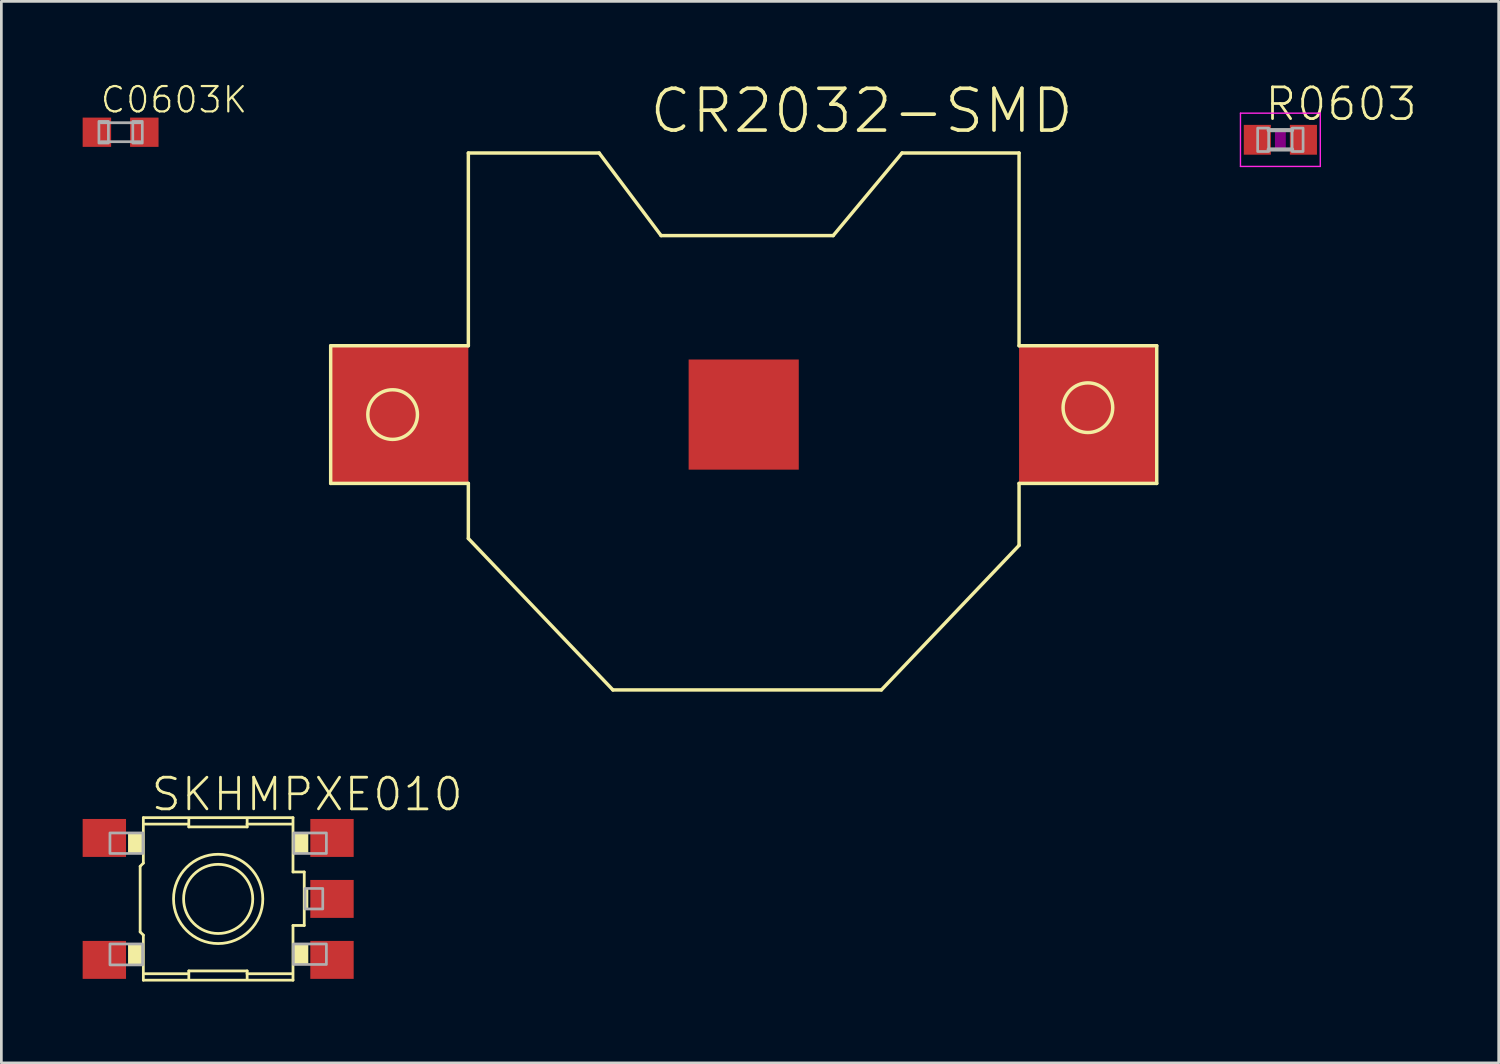
<source format=kicad_pcb>
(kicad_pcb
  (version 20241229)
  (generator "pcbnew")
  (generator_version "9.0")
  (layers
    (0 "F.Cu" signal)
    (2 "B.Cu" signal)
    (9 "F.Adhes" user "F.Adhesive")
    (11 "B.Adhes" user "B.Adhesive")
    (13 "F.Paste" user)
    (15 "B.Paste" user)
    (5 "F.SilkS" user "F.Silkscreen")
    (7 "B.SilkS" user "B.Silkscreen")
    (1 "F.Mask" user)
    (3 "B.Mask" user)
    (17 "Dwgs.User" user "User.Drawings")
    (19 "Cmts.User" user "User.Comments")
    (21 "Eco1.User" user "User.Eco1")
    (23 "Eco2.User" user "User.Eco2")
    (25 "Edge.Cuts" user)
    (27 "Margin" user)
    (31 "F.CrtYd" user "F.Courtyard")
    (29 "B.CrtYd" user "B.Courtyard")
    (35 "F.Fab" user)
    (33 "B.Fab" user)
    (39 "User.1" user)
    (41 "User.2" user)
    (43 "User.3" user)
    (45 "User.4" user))
  (footprint "R0603"
    (layer "F.Cu")
    (at 44.193 2.108)
    (property "Reference" "R0603" (at -0.635 -0.635 0) (layer "F.SilkS") (effects (font (size 1.168 1.168) (thickness 0.102)) (justify left bottom)))
    (fp_poly (pts (xy -0.2 0.4) (xy 0.2 0.4) (xy 0.2 -0.4) (xy -0.2 -0.4)) (stroke (width 0) (type solid)) (fill yes) (layer "F.Adhes"))
    (fp_line (start -1.473 -0.983) (end 1.473 -0.983) (stroke (width 0.051) (type solid)) (layer "F.CrtYd"))
    (fp_line (start -1.473 0.983) (end -1.473 -0.983) (stroke (width 0.051) (type solid)) (layer "F.CrtYd"))
    (fp_line (start 1.473 -0.983) (end 1.473 0.983) (stroke (width 0.051) (type solid)) (layer "F.CrtYd"))
    (fp_line (start 1.473 0.983) (end -1.473 0.983) (stroke (width 0.051) (type solid)) (layer "F.CrtYd"))
    (fp_line (start -0.432 0.356) (end 0.432 0.356) (stroke (width 0.152) (type solid)) (layer "F.Fab"))
    (fp_line (start 0.432 -0.356) (end -0.432 -0.356) (stroke (width 0.152) (type solid)) (layer "F.Fab"))
    (fp_poly (pts (xy -0.838 0.432) (xy -0.432 0.432) (xy -0.432 -0.432) (xy -0.838 -0.432)) (stroke (width 0.1) (type solid)) (fill no) (layer "F.Fab"))
    (fp_poly (pts (xy 0.432 0.432) (xy 0.838 0.432) (xy 0.838 -0.432) (xy 0.432 -0.432)) (stroke (width 0.1) (type solid)) (fill no) (layer "F.Fab"))
    (pad "1" smd rect (at -0.85 0) (size 1 1.1) (layers "F.Cu" "F.Mask" "F.Paste"))
    (pad "2" smd rect (at 0.85 0) (size 1 1.1) (layers "F.Cu" "F.Mask" "F.Paste")))
  (footprint "C0603K"
    (layer "F.Cu")
    (at 1.4 1.829)
    (property "Reference" "C0603K" (at -0.8 -0.65 0) (layer "F.SilkS") (effects (font (size 0.935 0.935) (thickness 0.081)) (justify left bottom)))
    (fp_line (start -0.725 -0.35) (end 0.725 -0.35) (stroke (width 0.102) (type solid)) (layer "F.Fab"))
    (fp_line (start 0.725 0.35) (end -0.725 0.35) (stroke (width 0.102) (type solid)) (layer "F.Fab"))
    (fp_poly (pts (xy -0.8 0.4) (xy -0.45 0.4) (xy -0.45 -0.4) (xy -0.8 -0.4)) (stroke (width 0.1) (type solid)) (fill no) (layer "F.Fab"))
    (fp_poly (pts (xy 0.45 0.4) (xy 0.8 0.4) (xy 0.8 -0.4) (xy 0.45 -0.4)) (stroke (width 0.1) (type solid)) (fill no) (layer "F.Fab"))
    (pad "1" smd rect (at -0.875 0) (size 1.05 1.08) (layers "F.Cu" "F.Mask" "F.Paste"))
    (pad "2" smd rect (at 0.875 0) (size 1.05 1.08) (layers "F.Cu" "F.Mask" "F.Paste")))
  (footprint "CR2032-SMD"
    (layer "F.Cu")
    (at 24.391 12.247)
    (property "Reference" "CR2032-SMD" (at -3.556 -10.302 0) (layer "F.SilkS") (effects (font (size 1.542 1.542) (thickness 0.134)) (justify left bottom)))
    (fp_poly (pts (xy 0.593 -9.044) (xy 1.183 -8.986) (xy 1.768 -8.889) (xy 2.346 -8.755) (xy 2.913 -8.583) (xy 3.468 -8.374) (xy 4.009 -8.129) (xy 4.532 -7.849) (xy 5.035 -7.536) (xy 5.518 -7.191) (xy 5.976 -6.814) (xy 6.409 -6.409) (xy 6.814 -5.976) (xy 7.191 -5.518) (xy 7.536 -5.035) (xy 7.849 -4.532) (xy 8.129 -4.009) (xy 8.374 -3.468) (xy 8.583 -2.913) (xy 8.755 -2.346) (xy 8.889 -1.768) (xy 8.986 -1.183) (xy 9.044 -0.593) (xy 9.064 0) (xy 9.044 0.593) (xy 8.986 1.183) (xy 8.889 1.768) (xy 8.755 2.346) (xy 8.583 2.913) (xy 8.374 3.468) (xy 8.129 4.009) (xy 7.849 4.532) (xy 7.536 5.035) (xy 7.191 5.518) (xy 6.814 5.976) (xy 6.409 6.409) (xy 5.976 6.814) (xy 5.518 7.191) (xy 5.035 7.536) (xy 4.532 7.849) (xy 4.009 8.129) (xy 3.468 8.374) (xy 2.913 8.583) (xy 2.346 8.755) (xy 1.768 8.889) (xy 1.183 8.986) (xy 0.593 9.044) (xy 0 9.064) (xy -0.593 9.044) (xy -1.183 8.986) (xy -1.768 8.889) (xy -2.346 8.755) (xy -2.913 8.583) (xy -3.468 8.374) (xy -4.009 8.129) (xy -4.532 7.849) (xy -5.035 7.536) (xy -5.518 7.191) (xy -5.976 6.814) (xy -6.409 6.409) (xy -6.814 5.976) (xy -7.191 5.518) (xy -7.536 5.035) (xy -7.849 4.532) (xy -8.129 4.009) (xy -8.374 3.468) (xy -8.583 2.913) (xy -8.755 2.346) (xy -8.889 1.768) (xy -8.986 1.183) (xy -9.044 0.593) (xy -9.064 0) (xy -9.044 -0.593) (xy -8.986 -1.183) (xy -8.889 -1.768) (xy -8.755 -2.346) (xy -8.583 -2.913) (xy -8.374 -3.468) (xy -8.129 -4.009) (xy -7.849 -4.532) (xy -7.536 -5.035) (xy -7.191 -5.518) (xy -6.814 -5.976) (xy -6.409 -6.409) (xy -5.976 -6.814) (xy -5.518 -7.191) (xy -5.035 -7.536) (xy -4.532 -7.849) (xy -4.009 -8.129) (xy -3.468 -8.374) (xy -2.913 -8.583) (xy -2.346 -8.755) (xy -1.768 -8.889) (xy -1.183 -8.986) (xy -0.593 -9.044) (xy 0 -9.064)) (stroke (width 0) (type solid)) (fill yes) (layer "F.Mask"))
    (fp_line (start -15.24 -2.54) (end -15.24 2.54) (stroke (width 0.127) (type solid)) (layer "F.SilkS"))
    (fp_line (start -15.24 2.54) (end -10.16 2.54) (stroke (width 0.127) (type solid)) (layer "F.SilkS"))
    (fp_line (start -10.16 -9.652) (end -10.16 -2.54) (stroke (width 0.127) (type solid)) (layer "F.SilkS"))
    (fp_line (start -10.16 -2.54) (end -15.24 -2.54) (stroke (width 0.127) (type solid)) (layer "F.SilkS"))
    (fp_line (start -10.16 2.54) (end -10.16 4.572) (stroke (width 0.127) (type solid)) (layer "F.SilkS"))
    (fp_line (start -10.16 4.572) (end -4.826 10.16) (stroke (width 0.127) (type solid)) (layer "F.SilkS"))
    (fp_line (start -5.334 -9.652) (end -10.16 -9.652) (stroke (width 0.127) (type solid)) (layer "F.SilkS"))
    (fp_line (start -4.826 10.16) (end 5.08 10.16) (stroke (width 0.127) (type solid)) (layer "F.SilkS"))
    (fp_line (start -3.048 -6.604) (end -5.334 -9.652) (stroke (width 0.127) (type solid)) (layer "F.SilkS"))
    (fp_line (start 3.302 -6.604) (end -3.048 -6.604) (stroke (width 0.127) (type solid)) (layer "F.SilkS"))
    (fp_line (start 5.08 10.16) (end 10.16 4.826) (stroke (width 0.127) (type solid)) (layer "F.SilkS"))
    (fp_line (start 5.842 -9.652) (end 3.302 -6.604) (stroke (width 0.127) (type solid)) (layer "F.SilkS"))
    (fp_line (start 10.16 -9.652) (end 5.842 -9.652) (stroke (width 0.127) (type solid)) (layer "F.SilkS"))
    (fp_line (start 10.16 -2.54) (end 10.16 -9.652) (stroke (width 0.127) (type solid)) (layer "F.SilkS"))
    (fp_line (start 10.16 2.54) (end 15.24 2.54) (stroke (width 0.127) (type solid)) (layer "F.SilkS"))
    (fp_line (start 10.16 4.826) (end 10.16 2.54) (stroke (width 0.127) (type solid)) (layer "F.SilkS"))
    (fp_line (start 15.24 -2.54) (end 10.16 -2.54) (stroke (width 0.127) (type solid)) (layer "F.SilkS"))
    (fp_line (start 15.24 2.54) (end 15.24 -2.54) (stroke (width 0.127) (type solid)) (layer "F.SilkS"))
    (fp_circle (center -12.954 0) (end -12.038 0) (stroke (width 0.127) (type solid)) (fill no) (layer "F.SilkS"))
    (fp_circle (center 12.7 -0.254) (end 13.616 -0.254) (stroke (width 0.127) (type solid)) (fill no) (layer "F.SilkS"))
    (pad "+$1" smd rect (at -12.7 0) (size 5.08 5.08) (layers "F.Cu" "F.Mask" "F.Paste"))
    (pad "+$2" smd rect (at 12.7 0) (size 5.08 5.08) (layers "F.Cu" "F.Mask" "F.Paste"))
    (pad "-" smd rect (at 0 0) (size 4.064 4.064) (layers "F.Cu" "F.Mask" "F.Paste")))
  (footprint "SKHMPXE010"
    (layer "F.Cu")
    (at 5 30.118)
    (property "Reference" "SKHMPXE010" (at -2.54 -3.175 0) (layer "F.SilkS") (effects (font (size 1.168 1.168) (thickness 0.102)) (justify left bottom)))
    (fp_line (start -2.879 -1.202) (end -2.761 -1.321) (stroke (width 0.102) (type solid)) (layer "F.SilkS"))
    (fp_line (start -2.879 1.217) (end -2.879 -1.202) (stroke (width 0.102) (type solid)) (layer "F.SilkS"))
    (fp_line (start -2.761 -2.998) (end 2.761 -2.998) (stroke (width 0.102) (type solid)) (layer "F.SilkS"))
    (fp_line (start -2.761 -1.321) (end -2.761 -2.998) (stroke (width 0.102) (type solid)) (layer "F.SilkS"))
    (fp_line (start -2.761 1.336) (end -2.879 1.217) (stroke (width 0.102) (type solid)) (layer "F.SilkS"))
    (fp_line (start -2.761 2.998) (end -2.761 1.336) (stroke (width 0.102) (type solid)) (layer "F.SilkS"))
    (fp_line (start -1.128 -2.761) (end -2.701 -2.761) (stroke (width 0.102) (type solid)) (layer "F.SilkS"))
    (fp_line (start -1.128 2.761) (end -2.701 2.761) (stroke (width 0.102) (type solid)) (layer "F.SilkS"))
    (fp_line (start -1.083 -2.657) (end -1.083 -2.939) (stroke (width 0.102) (type solid)) (layer "F.SilkS"))
    (fp_line (start -1.083 2.657) (end -1.083 2.939) (stroke (width 0.102) (type solid)) (layer "F.SilkS"))
    (fp_line (start 1.069 -2.761) (end 1.069 -2.954) (stroke (width 0.102) (type solid)) (layer "F.SilkS"))
    (fp_line (start 1.069 -2.761) (end 1.069 -2.657) (stroke (width 0.102) (type solid)) (layer "F.SilkS"))
    (fp_line (start 1.069 -2.657) (end -1.083 -2.657) (stroke (width 0.102) (type solid)) (layer "F.SilkS"))
    (fp_line (start 1.069 2.657) (end -1.083 2.657) (stroke (width 0.102) (type solid)) (layer "F.SilkS"))
    (fp_line (start 1.069 2.761) (end 1.069 2.657) (stroke (width 0.102) (type solid)) (layer "F.SilkS"))
    (fp_line (start 1.069 2.761) (end 1.069 2.954) (stroke (width 0.102) (type solid)) (layer "F.SilkS"))
    (fp_line (start 2.716 -2.761) (end 1.069 -2.761) (stroke (width 0.102) (type solid)) (layer "F.SilkS"))
    (fp_line (start 2.716 2.761) (end 1.069 2.761) (stroke (width 0.102) (type solid)) (layer "F.SilkS"))
    (fp_line (start 2.761 -2.998) (end 2.761 -0.994) (stroke (width 0.102) (type solid)) (layer "F.SilkS"))
    (fp_line (start 2.761 -0.994) (end 3.176 -0.994) (stroke (width 0.102) (type solid)) (layer "F.SilkS"))
    (fp_line (start 2.761 0.98) (end 2.761 2.998) (stroke (width 0.102) (type solid)) (layer "F.SilkS"))
    (fp_line (start 2.761 2.998) (end -2.761 2.998) (stroke (width 0.102) (type solid)) (layer "F.SilkS"))
    (fp_line (start 3.176 -0.994) (end 3.176 0.98) (stroke (width 0.102) (type solid)) (layer "F.SilkS"))
    (fp_line (start 3.176 0.98) (end 2.761 0.98) (stroke (width 0.102) (type solid)) (layer "F.SilkS"))
    (fp_circle (center 0 0) (end 1.276 0) (stroke (width 0.102) (type solid)) (fill no) (layer "F.SilkS"))
    (fp_circle (center 0 0) (end 1.647 0) (stroke (width 0.102) (type solid)) (fill no) (layer "F.SilkS"))
    (fp_poly (pts (xy -3.325 -1.677) (xy -2.776 -1.677) (xy -2.776 -2.434) (xy -3.325 -2.434)) (stroke (width 0) (type solid)) (fill yes) (layer "F.SilkS"))
    (fp_poly (pts (xy -3.325 2.434) (xy -2.79 2.434) (xy -2.79 1.662) (xy -3.325 1.662)) (stroke (width 0) (type solid)) (fill yes) (layer "F.SilkS"))
    (fp_poly (pts (xy 2.776 2.419) (xy 3.325 2.419) (xy 3.325 1.662) (xy 2.776 1.662)) (stroke (width 0) (type solid)) (fill yes) (layer "F.SilkS"))
    (fp_poly (pts (xy 2.79 -1.677) (xy 3.325 -1.677) (xy 3.325 -2.434) (xy 2.79 -2.434)) (stroke (width 0) (type solid)) (fill yes) (layer "F.SilkS"))
    (fp_poly (pts (xy 3.191 0.371) (xy 3.325 0.371) (xy 3.325 -0.386) (xy 3.191 -0.386)) (stroke (width 0) (type solid)) (fill yes) (layer "F.SilkS"))
    (fp_poly (pts (xy -3.993 -1.677) (xy -2.776 -1.677) (xy -2.776 -2.434) (xy -3.993 -2.434)) (stroke (width 0.1) (type solid)) (fill no) (layer "F.Fab"))
    (fp_poly (pts (xy -3.993 2.434) (xy -2.79 2.434) (xy -2.79 1.662) (xy -3.993 1.662)) (stroke (width 0.1) (type solid)) (fill no) (layer "F.Fab"))
    (fp_poly (pts (xy 2.776 2.419) (xy 3.993 2.419) (xy 3.993 1.662) (xy 2.776 1.662)) (stroke (width 0.1) (type solid)) (fill no) (layer "F.Fab"))
    (fp_poly (pts (xy 2.79 -1.677) (xy 3.993 -1.677) (xy 3.993 -2.434) (xy 2.79 -2.434)) (stroke (width 0.1) (type solid)) (fill no) (layer "F.Fab"))
    (fp_poly (pts (xy 3.206 0.371) (xy 3.859 0.371) (xy 3.859 -0.386) (xy 3.206 -0.386)) (stroke (width 0.1) (type solid)) (fill no) (layer "F.Fab"))
    (pad "1" smd rect (at -4.2 -2.25) (size 1.6 1.4) (layers "F.Cu" "F.Mask" "F.Paste"))
    (pad "2" smd rect (at 4.2 -2.25) (size 1.6 1.4) (layers "F.Cu" "F.Mask" "F.Paste"))
    (pad "3" smd rect (at -4.2 2.25) (size 1.6 1.4) (layers "F.Cu" "F.Mask" "F.Paste"))
    (pad "4" smd rect (at 4.2 2.25) (size 1.6 1.4) (layers "F.Cu" "F.Mask" "F.Paste"))
    (pad "5" smd rect (at 4.2 0) (size 1.6 1.4) (layers "F.Cu" "F.Mask" "F.Paste")))
  (gr_rect
    (start -3 -3)
    (end 52.248 36.167)
    (stroke (width 0.1) (type default))
    (fill no)
    (layer "Edge.Cuts")))
</source>
